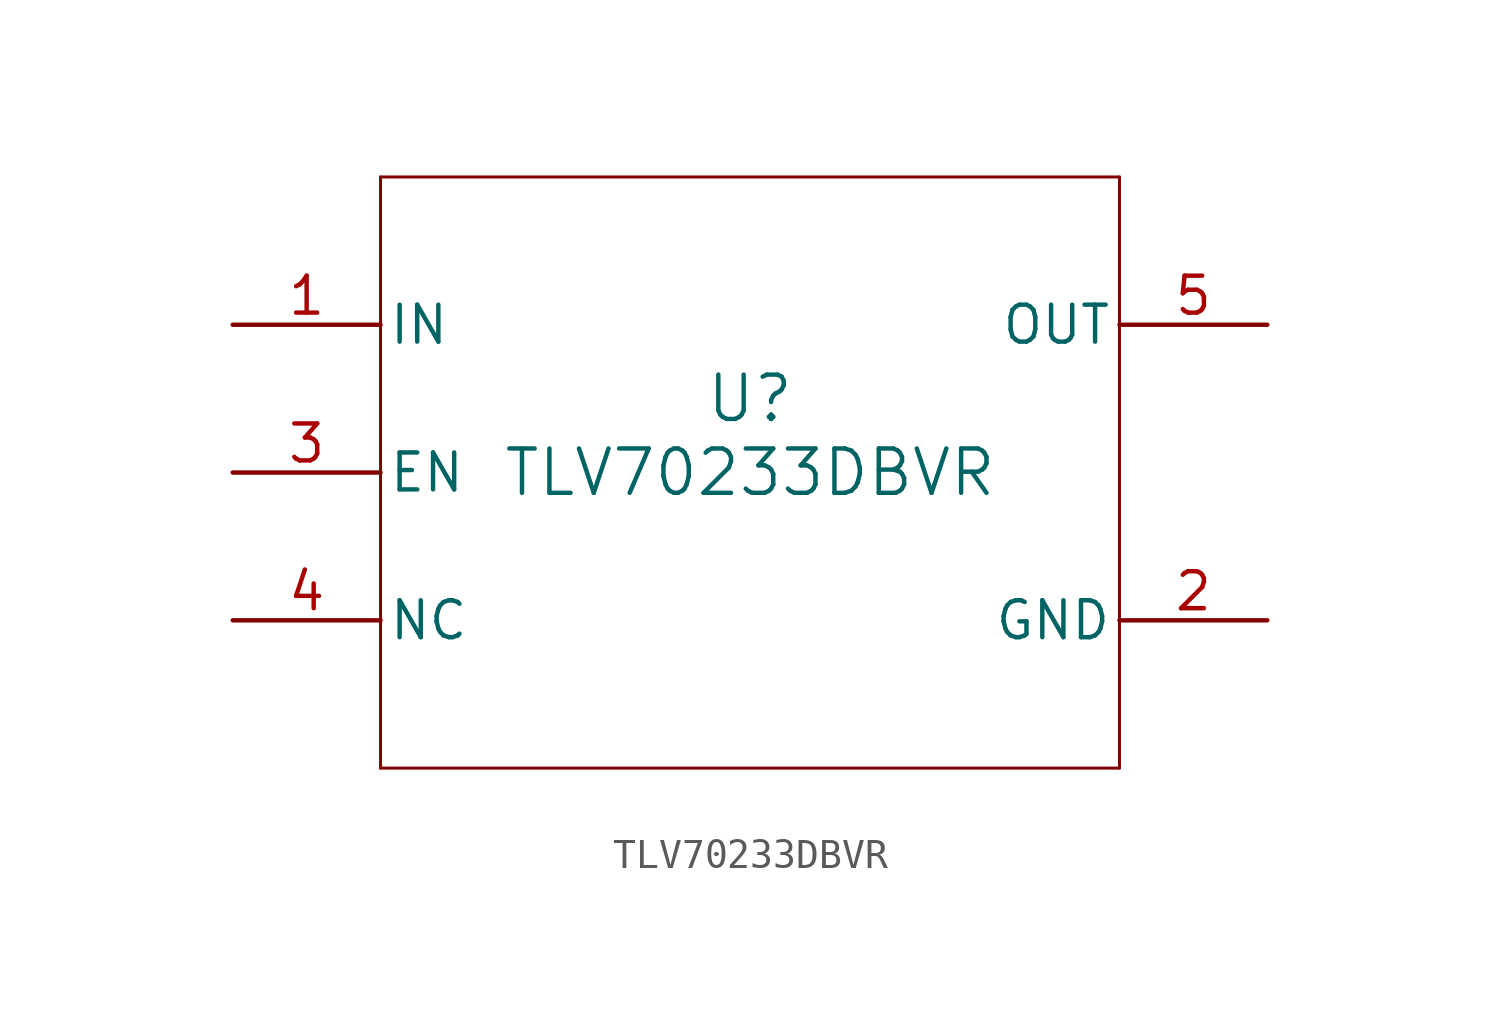
<source format=kicad_sym>
(kicad_symbol_lib
  (version 20211014)
  (generator kicad_symbol_editor)
  (symbol "TLV70233DBVR"
    (pin_names
      (offset 0.254))
    (property "Reference" "U"
      (at 0 2.54 0)
      (effects (font (size 1.524 1.524))))
    (property "Value" "TLV70233DBVR"
      (at 0 0 0)
      (effects (font (size 1.524 1.524))))
    (symbol "TLV70233DBVR_0_1"
      (polyline (pts (xy -12.7 -10.16) (xy 12.7 -10.16)) (stroke (width 0.102) (type default) (color 0 0 0 0)) (fill (type none)))
      (polyline (pts (xy 12.7 -10.16) (xy 12.7 10.16)) (stroke (width 0.102) (type default) (color 0 0 0 0)) (fill (type none)))
      (polyline (pts (xy 12.7 10.16) (xy -12.7 10.16)) (stroke (width 0.102) (type default) (color 0 0 0 0)) (fill (type none)))
      (polyline (pts (xy -12.7 10.16) (xy -12.7 -10.16)) (stroke (width 0.102) (type default) (color 0 0 0 0)) (fill (type none)))
      (pin power_in line (at -17.78 5.08 0) (length 5.08) (name "IN" (effects (font (size 1.27 1.27)))) (number "1" (effects (font (size 1.27 1.27)))))
      (pin power_in line (at 17.78 -5.08 180) (length 5.08) (name "GND" (effects (font (size 1.27 1.27)))) (number "2" (effects (font (size 1.27 1.27)))))
      (pin input line (at -17.78 0 0) (length 5.08) (name "EN" (effects (font (size 1.27 1.27)))) (number "3" (effects (font (size 1.27 1.27)))))
      (pin unspecified line (at -17.78 -5.08 0) (length 5.08) (name "NC" (effects (font (size 1.27 1.27)))) (number "4" (effects (font (size 1.27 1.27)))))
      (pin power_in line (at 17.78 5.08 180) (length 5.08) (name "OUT" (effects (font (size 1.27 1.27)))) (number "5" (effects (font (size 1.27 1.27))))))))
</source>
